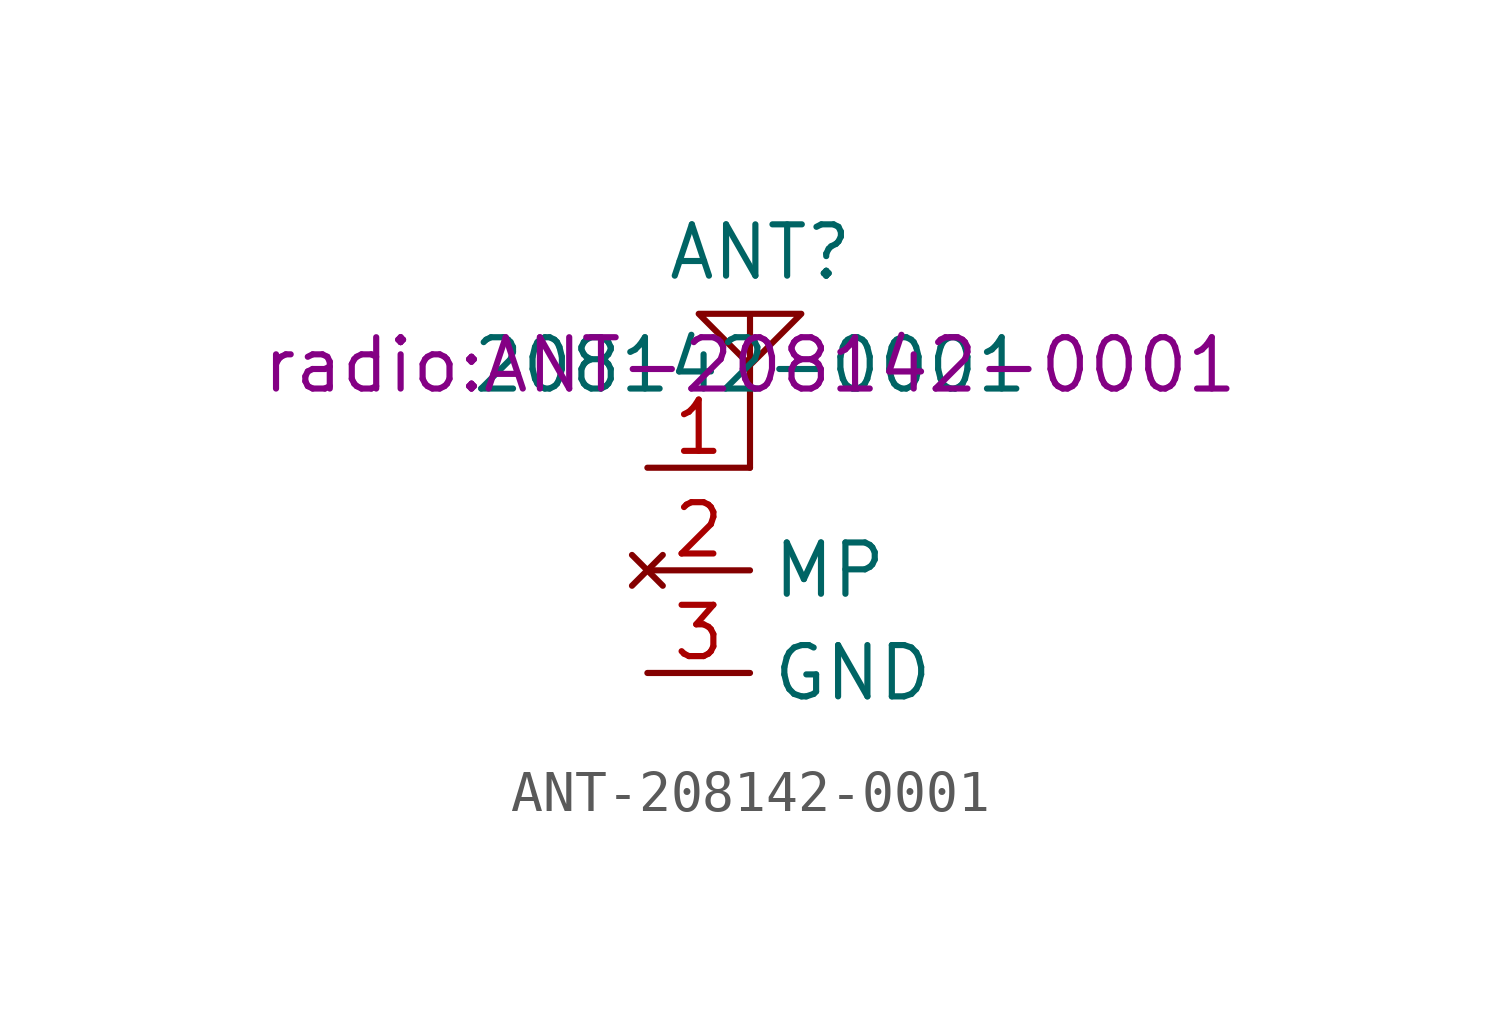
<source format=kicad_sym>
(kicad_symbol_lib
  (version 20220914)
  (generator kicad_symbol_editor)
  (symbol "ANT-208142-0001"
    (property "Reference" "ANT"
      (at 0.254 2.794 0)
      (effects (font (size 1.27 1.27))))
    (property "Value" "208142-0001"
      (at 0 0 0)
      (effects (font (size 1.27 1.27))))
    (property "Footprint" "radio:ANT-208142-0001"
      (at 0 0 0)
      (effects (font (size 1.27 1.27))))
    (symbol "ANT-208142-0001_0_1"
      (polyline (pts (xy 0 1.27) (xy -1.27 1.27) (xy 0 0) (xy 1.27 1.27) (xy 0 1.27) (xy 0 -2.54)) (stroke (width 0) (type default)) (fill (type none))))
    (symbol "ANT-208142-0001_1_1"
      (pin bidirectional line (at -2.54 -2.54 0) (length 2.54) (name "" (effects (font (size 1.27 1.27)))) (number "1" (effects (font (size 1.27 1.27)))))
      (pin no_connect line (at -2.54 -5.08 0) (length 2.54) (name "MP" (effects (font (size 1.27 1.27)))) (number "2" (effects (font (size 1.27 1.27)))))
      (pin bidirectional line (at -2.54 -7.62 0) (length 2.54) (name "GND" (effects (font (size 1.27 1.27)))) (number "3" (effects (font (size 1.27 1.27))))))))
</source>
